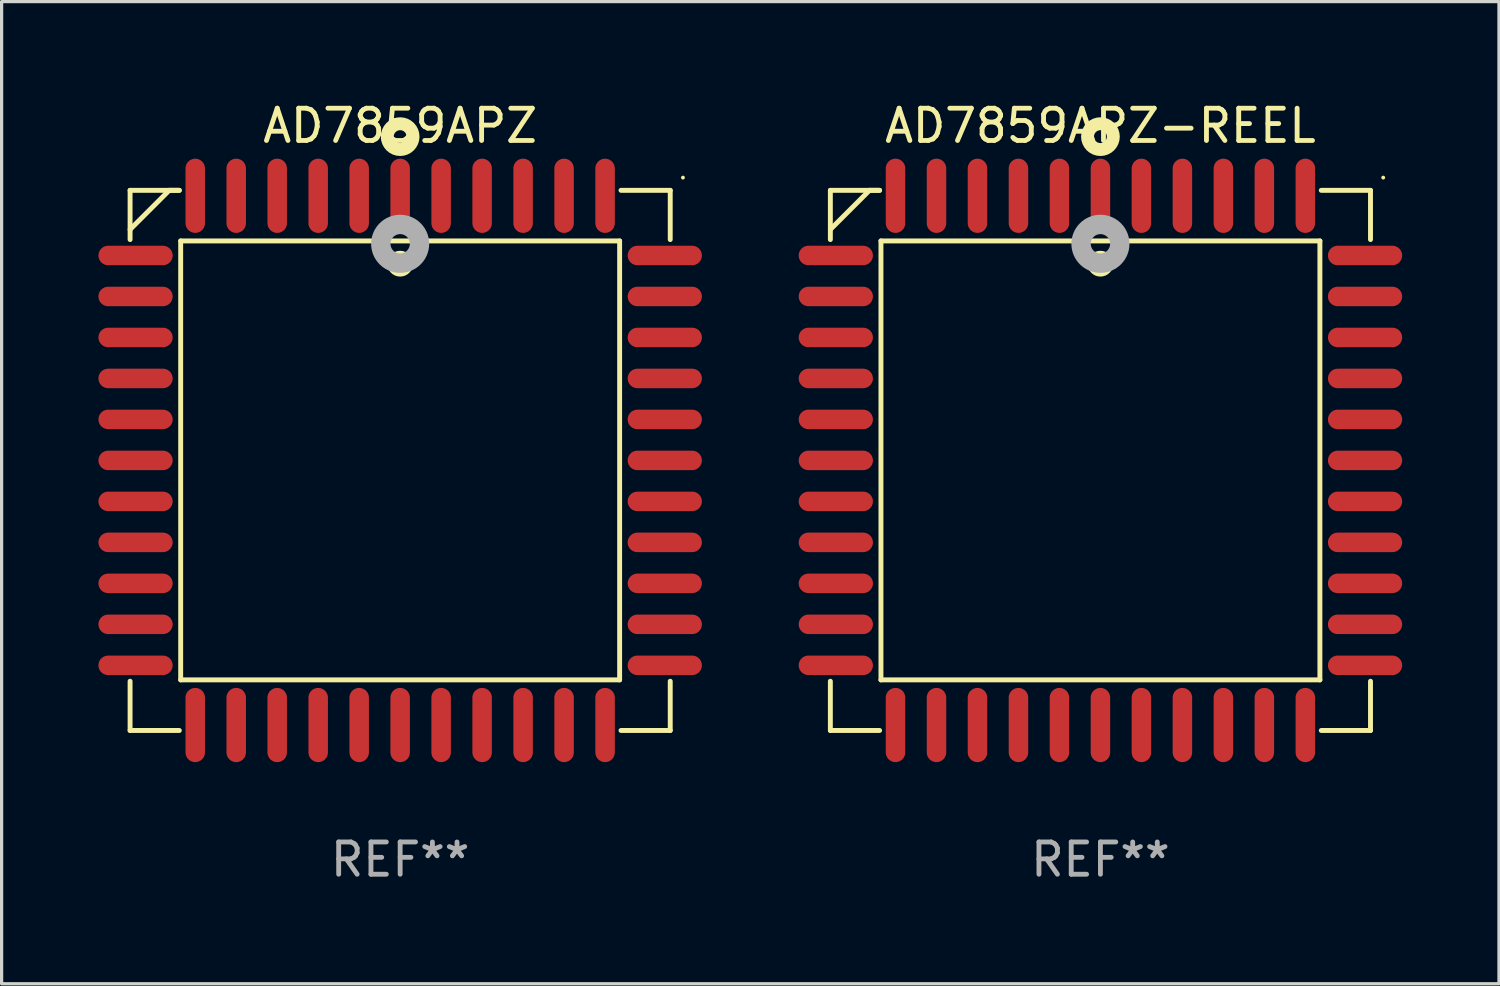
<source format=kicad_pcb>
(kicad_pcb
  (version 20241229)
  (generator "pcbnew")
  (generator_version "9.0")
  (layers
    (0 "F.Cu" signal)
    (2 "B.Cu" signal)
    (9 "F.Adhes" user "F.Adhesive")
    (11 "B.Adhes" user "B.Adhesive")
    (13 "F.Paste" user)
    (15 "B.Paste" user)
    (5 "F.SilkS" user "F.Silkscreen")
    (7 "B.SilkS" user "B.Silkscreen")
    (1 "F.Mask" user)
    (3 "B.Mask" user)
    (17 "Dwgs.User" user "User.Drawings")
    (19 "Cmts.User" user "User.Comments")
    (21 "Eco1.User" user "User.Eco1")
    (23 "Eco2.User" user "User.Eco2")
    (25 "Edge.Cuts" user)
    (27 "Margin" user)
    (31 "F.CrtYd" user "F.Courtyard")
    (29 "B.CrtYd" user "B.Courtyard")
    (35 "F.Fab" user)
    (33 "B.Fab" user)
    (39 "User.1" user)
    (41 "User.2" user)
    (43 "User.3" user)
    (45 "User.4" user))
  (footprint "AD7859APZ-REEL"
    (layer "F.Cu")
    (at 31.05 11.217)
    (property "Reference" "AD7859APZ-REEL" (at 0 -10.369 0) (layer "F.SilkS") (effects (font (size 1 1) (thickness 0.15))))
    (attr through_hole)
    (fp_line (start -8.369 -8.369) (end -8.369 -6.843) (stroke (width 0.152) (type solid)) (layer "F.SilkS"))
    (fp_line (start -8.369 8.369) (end -8.369 6.843) (stroke (width 0.152) (type solid)) (layer "F.SilkS"))
    (fp_line (start -7.156 -8.369) (end -8.369 -7.156) (stroke (width 0.152) (type solid)) (layer "F.SilkS"))
    (fp_line (start -6.843 -8.369) (end -8.369 -8.369) (stroke (width 0.152) (type solid)) (layer "F.SilkS"))
    (fp_line (start -6.843 -8.369) (end -7.156 -8.369) (stroke (width 0.152) (type solid)) (layer "F.SilkS"))
    (fp_line (start -6.843 8.369) (end -8.369 8.369) (stroke (width 0.152) (type solid)) (layer "F.SilkS"))
    (fp_line (start -6.801 -6.801) (end 6.801 -6.801) (stroke (width 0.152) (type solid)) (layer "F.SilkS"))
    (fp_line (start -6.801 6.801) (end -6.801 -6.801) (stroke (width 0.152) (type solid)) (layer "F.SilkS"))
    (fp_line (start 6.801 -6.801) (end 6.801 6.801) (stroke (width 0.152) (type solid)) (layer "F.SilkS"))
    (fp_line (start 6.801 6.801) (end -6.801 6.801) (stroke (width 0.152) (type solid)) (layer "F.SilkS"))
    (fp_line (start 6.843 -8.369) (end 8.369 -8.369) (stroke (width 0.152) (type solid)) (layer "F.SilkS"))
    (fp_line (start 6.843 8.369) (end 8.369 8.369) (stroke (width 0.152) (type solid)) (layer "F.SilkS"))
    (fp_line (start 8.369 -8.369) (end 8.369 -6.843) (stroke (width 0.152) (type solid)) (layer "F.SilkS"))
    (fp_line (start 8.369 8.369) (end 8.369 6.843) (stroke (width 0.152) (type solid)) (layer "F.SilkS"))
    (fp_circle (center -0.000013 -6.096) (end 0.2 -6.096) (stroke (width 0.4) (type solid)) (fill no) (layer "F.SilkS"))
    (fp_circle (center 0.000114 -10.033) (end 0.2 -10.033) (stroke (width 0.4) (type solid)) (fill no) (layer "F.SilkS"))
    (fp_circle (center 8.763 -8.763) (end 8.793 -8.763) (stroke (width 0.06) (type solid)) (fill no) (layer "F.SilkS"))
    (fp_circle (center 0.000114 -6.712) (end 0.3 -6.712) (stroke (width 0.6) (type solid)) (fill no) (layer "F.Fab"))
    (fp_text user "REF**" (at 0 12.369 0) (layer "F.Fab") (effects (font (size 1 1) (thickness 0.15))))
    (pad "1" smd oval (at 0.000114 -8.2) (size 0.604 2.3) (layers "F.Cu" "F.Mask" "F.Paste"))
    (pad "2" smd oval (at -1.27 -8.2) (size 0.604 2.3) (layers "F.Cu" "F.Mask" "F.Paste"))
    (pad "3" smd oval (at -2.54 -8.2) (size 0.604 2.3) (layers "F.Cu" "F.Mask" "F.Paste"))
    (pad "4" smd oval (at -3.81 -8.2) (size 0.604 2.3) (layers "F.Cu" "F.Mask" "F.Paste"))
    (pad "5" smd oval (at -5.08 -8.2) (size 0.604 2.3) (layers "F.Cu" "F.Mask" "F.Paste"))
    (pad "6" smd oval (at -6.35 -8.2) (size 0.604 2.3) (layers "F.Cu" "F.Mask" "F.Paste"))
    (pad "7" smd oval (at -8.2 -6.35) (size 2.3 0.604) (layers "F.Cu" "F.Mask" "F.Paste"))
    (pad "8" smd oval (at -8.2 -5.08) (size 2.3 0.604) (layers "F.Cu" "F.Mask" "F.Paste"))
    (pad "9" smd oval (at -8.2 -3.81) (size 2.3 0.604) (layers "F.Cu" "F.Mask" "F.Paste"))
    (pad "10" smd oval (at -8.2 -2.54) (size 2.3 0.604) (layers "F.Cu" "F.Mask" "F.Paste"))
    (pad "11" smd oval (at -8.2 -1.27) (size 2.3 0.604) (layers "F.Cu" "F.Mask" "F.Paste"))
    (pad "12" smd oval (at -8.2 0.000127) (size 2.3 0.604) (layers "F.Cu" "F.Mask" "F.Paste"))
    (pad "13" smd oval (at -8.2 1.27) (size 2.3 0.604) (layers "F.Cu" "F.Mask" "F.Paste"))
    (pad "14" smd oval (at -8.2 2.54) (size 2.3 0.604) (layers "F.Cu" "F.Mask" "F.Paste"))
    (pad "15" smd oval (at -8.2 3.81) (size 2.3 0.604) (layers "F.Cu" "F.Mask" "F.Paste"))
    (pad "16" smd oval (at -8.2 5.08) (size 2.3 0.604) (layers "F.Cu" "F.Mask" "F.Paste"))
    (pad "17" smd oval (at -8.2 6.35) (size 2.3 0.604) (layers "F.Cu" "F.Mask" "F.Paste"))
    (pad "18" smd oval (at -6.35 8.2) (size 0.604 2.3) (layers "F.Cu" "F.Mask" "F.Paste"))
    (pad "19" smd oval (at -5.08 8.2) (size 0.604 2.3) (layers "F.Cu" "F.Mask" "F.Paste"))
    (pad "20" smd oval (at -3.81 8.2) (size 0.604 2.3) (layers "F.Cu" "F.Mask" "F.Paste"))
    (pad "21" smd oval (at -2.54 8.2) (size 0.604 2.3) (layers "F.Cu" "F.Mask" "F.Paste"))
    (pad "22" smd oval (at -1.27 8.2) (size 0.604 2.3) (layers "F.Cu" "F.Mask" "F.Paste"))
    (pad "23" smd oval (at 0.000114 8.2) (size 0.604 2.3) (layers "F.Cu" "F.Mask" "F.Paste"))
    (pad "24" smd oval (at 1.27 8.2) (size 0.604 2.3) (layers "F.Cu" "F.Mask" "F.Paste"))
    (pad "25" smd oval (at 2.54 8.2) (size 0.604 2.3) (layers "F.Cu" "F.Mask" "F.Paste"))
    (pad "26" smd oval (at 3.81 8.2) (size 0.604 2.3) (layers "F.Cu" "F.Mask" "F.Paste"))
    (pad "27" smd oval (at 5.08 8.2) (size 0.604 2.3) (layers "F.Cu" "F.Mask" "F.Paste"))
    (pad "28" smd oval (at 6.35 8.2) (size 0.604 2.3) (layers "F.Cu" "F.Mask" "F.Paste"))
    (pad "29" smd oval (at 8.2 6.35) (size 2.3 0.604) (layers "F.Cu" "F.Mask" "F.Paste"))
    (pad "30" smd oval (at 8.2 5.08) (size 2.3 0.604) (layers "F.Cu" "F.Mask" "F.Paste"))
    (pad "31" smd oval (at 8.2 3.81) (size 2.3 0.604) (layers "F.Cu" "F.Mask" "F.Paste"))
    (pad "32" smd oval (at 8.2 2.54) (size 2.3 0.604) (layers "F.Cu" "F.Mask" "F.Paste"))
    (pad "33" smd oval (at 8.2 1.27) (size 2.3 0.604) (layers "F.Cu" "F.Mask" "F.Paste"))
    (pad "34" smd oval (at 8.2 0.000127) (size 2.3 0.604) (layers "F.Cu" "F.Mask" "F.Paste"))
    (pad "35" smd oval (at 8.2 -1.27) (size 2.3 0.604) (layers "F.Cu" "F.Mask" "F.Paste"))
    (pad "36" smd oval (at 8.2 -2.54) (size 2.3 0.604) (layers "F.Cu" "F.Mask" "F.Paste"))
    (pad "37" smd oval (at 8.2 -3.81) (size 2.3 0.604) (layers "F.Cu" "F.Mask" "F.Paste"))
    (pad "38" smd oval (at 8.2 -5.08) (size 2.3 0.604) (layers "F.Cu" "F.Mask" "F.Paste"))
    (pad "39" smd oval (at 8.2 -6.35) (size 2.3 0.604) (layers "F.Cu" "F.Mask" "F.Paste"))
    (pad "40" smd oval (at 6.35 -8.2) (size 0.604 2.3) (layers "F.Cu" "F.Mask" "F.Paste"))
    (pad "41" smd oval (at 5.08 -8.2) (size 0.604 2.3) (layers "F.Cu" "F.Mask" "F.Paste"))
    (pad "42" smd oval (at 3.81 -8.2) (size 0.604 2.3) (layers "F.Cu" "F.Mask" "F.Paste"))
    (pad "43" smd oval (at 2.54 -8.2) (size 0.604 2.3) (layers "F.Cu" "F.Mask" "F.Paste"))
    (pad "44" smd oval (at 1.27 -8.2) (size 0.604 2.3) (layers "F.Cu" "F.Mask" "F.Paste")))
  (footprint "AD7859APZ"
    (layer "F.Cu")
    (at 9.35 11.217)
    (property "Reference" "AD7859APZ" (at 0 -10.369 0) (layer "F.SilkS") (effects (font (size 1 1) (thickness 0.15))))
    (attr through_hole)
    (fp_line (start -8.369 -8.369) (end -8.369 -6.843) (stroke (width 0.152) (type solid)) (layer "F.SilkS"))
    (fp_line (start -8.369 8.369) (end -8.369 6.843) (stroke (width 0.152) (type solid)) (layer "F.SilkS"))
    (fp_line (start -7.156 -8.369) (end -8.369 -7.156) (stroke (width 0.152) (type solid)) (layer "F.SilkS"))
    (fp_line (start -6.843 -8.369) (end -8.369 -8.369) (stroke (width 0.152) (type solid)) (layer "F.SilkS"))
    (fp_line (start -6.843 -8.369) (end -7.156 -8.369) (stroke (width 0.152) (type solid)) (layer "F.SilkS"))
    (fp_line (start -6.843 8.369) (end -8.369 8.369) (stroke (width 0.152) (type solid)) (layer "F.SilkS"))
    (fp_line (start -6.801 -6.801) (end 6.801 -6.801) (stroke (width 0.152) (type solid)) (layer "F.SilkS"))
    (fp_line (start -6.801 6.801) (end -6.801 -6.801) (stroke (width 0.152) (type solid)) (layer "F.SilkS"))
    (fp_line (start 6.801 -6.801) (end 6.801 6.801) (stroke (width 0.152) (type solid)) (layer "F.SilkS"))
    (fp_line (start 6.801 6.801) (end -6.801 6.801) (stroke (width 0.152) (type solid)) (layer "F.SilkS"))
    (fp_line (start 6.843 -8.369) (end 8.369 -8.369) (stroke (width 0.152) (type solid)) (layer "F.SilkS"))
    (fp_line (start 6.843 8.369) (end 8.369 8.369) (stroke (width 0.152) (type solid)) (layer "F.SilkS"))
    (fp_line (start 8.369 -8.369) (end 8.369 -6.843) (stroke (width 0.152) (type solid)) (layer "F.SilkS"))
    (fp_line (start 8.369 8.369) (end 8.369 6.843) (stroke (width 0.152) (type solid)) (layer "F.SilkS"))
    (fp_circle (center -0.000013 -6.096) (end 0.2 -6.096) (stroke (width 0.4) (type solid)) (fill no) (layer "F.SilkS"))
    (fp_circle (center 0.000114 -10.033) (end 0.2 -10.033) (stroke (width 0.4) (type solid)) (fill no) (layer "F.SilkS"))
    (fp_circle (center 8.763 -8.763) (end 8.793 -8.763) (stroke (width 0.06) (type solid)) (fill no) (layer "F.SilkS"))
    (fp_circle (center 0.000114 -6.712) (end 0.3 -6.712) (stroke (width 0.6) (type solid)) (fill no) (layer "F.Fab"))
    (fp_text user "REF**" (at 0 12.369 0) (layer "F.Fab") (effects (font (size 1 1) (thickness 0.15))))
    (pad "1" smd oval (at 0.000114 -8.2) (size 0.604 2.3) (layers "F.Cu" "F.Mask" "F.Paste"))
    (pad "2" smd oval (at -1.27 -8.2) (size 0.604 2.3) (layers "F.Cu" "F.Mask" "F.Paste"))
    (pad "3" smd oval (at -2.54 -8.2) (size 0.604 2.3) (layers "F.Cu" "F.Mask" "F.Paste"))
    (pad "4" smd oval (at -3.81 -8.2) (size 0.604 2.3) (layers "F.Cu" "F.Mask" "F.Paste"))
    (pad "5" smd oval (at -5.08 -8.2) (size 0.604 2.3) (layers "F.Cu" "F.Mask" "F.Paste"))
    (pad "6" smd oval (at -6.35 -8.2) (size 0.604 2.3) (layers "F.Cu" "F.Mask" "F.Paste"))
    (pad "7" smd oval (at -8.2 -6.35) (size 2.3 0.604) (layers "F.Cu" "F.Mask" "F.Paste"))
    (pad "8" smd oval (at -8.2 -5.08) (size 2.3 0.604) (layers "F.Cu" "F.Mask" "F.Paste"))
    (pad "9" smd oval (at -8.2 -3.81) (size 2.3 0.604) (layers "F.Cu" "F.Mask" "F.Paste"))
    (pad "10" smd oval (at -8.2 -2.54) (size 2.3 0.604) (layers "F.Cu" "F.Mask" "F.Paste"))
    (pad "11" smd oval (at -8.2 -1.27) (size 2.3 0.604) (layers "F.Cu" "F.Mask" "F.Paste"))
    (pad "12" smd oval (at -8.2 0.000127) (size 2.3 0.604) (layers "F.Cu" "F.Mask" "F.Paste"))
    (pad "13" smd oval (at -8.2 1.27) (size 2.3 0.604) (layers "F.Cu" "F.Mask" "F.Paste"))
    (pad "14" smd oval (at -8.2 2.54) (size 2.3 0.604) (layers "F.Cu" "F.Mask" "F.Paste"))
    (pad "15" smd oval (at -8.2 3.81) (size 2.3 0.604) (layers "F.Cu" "F.Mask" "F.Paste"))
    (pad "16" smd oval (at -8.2 5.08) (size 2.3 0.604) (layers "F.Cu" "F.Mask" "F.Paste"))
    (pad "17" smd oval (at -8.2 6.35) (size 2.3 0.604) (layers "F.Cu" "F.Mask" "F.Paste"))
    (pad "18" smd oval (at -6.35 8.2) (size 0.604 2.3) (layers "F.Cu" "F.Mask" "F.Paste"))
    (pad "19" smd oval (at -5.08 8.2) (size 0.604 2.3) (layers "F.Cu" "F.Mask" "F.Paste"))
    (pad "20" smd oval (at -3.81 8.2) (size 0.604 2.3) (layers "F.Cu" "F.Mask" "F.Paste"))
    (pad "21" smd oval (at -2.54 8.2) (size 0.604 2.3) (layers "F.Cu" "F.Mask" "F.Paste"))
    (pad "22" smd oval (at -1.27 8.2) (size 0.604 2.3) (layers "F.Cu" "F.Mask" "F.Paste"))
    (pad "23" smd oval (at 0.000114 8.2) (size 0.604 2.3) (layers "F.Cu" "F.Mask" "F.Paste"))
    (pad "24" smd oval (at 1.27 8.2) (size 0.604 2.3) (layers "F.Cu" "F.Mask" "F.Paste"))
    (pad "25" smd oval (at 2.54 8.2) (size 0.604 2.3) (layers "F.Cu" "F.Mask" "F.Paste"))
    (pad "26" smd oval (at 3.81 8.2) (size 0.604 2.3) (layers "F.Cu" "F.Mask" "F.Paste"))
    (pad "27" smd oval (at 5.08 8.2) (size 0.604 2.3) (layers "F.Cu" "F.Mask" "F.Paste"))
    (pad "28" smd oval (at 6.35 8.2) (size 0.604 2.3) (layers "F.Cu" "F.Mask" "F.Paste"))
    (pad "29" smd oval (at 8.2 6.35) (size 2.3 0.604) (layers "F.Cu" "F.Mask" "F.Paste"))
    (pad "30" smd oval (at 8.2 5.08) (size 2.3 0.604) (layers "F.Cu" "F.Mask" "F.Paste"))
    (pad "31" smd oval (at 8.2 3.81) (size 2.3 0.604) (layers "F.Cu" "F.Mask" "F.Paste"))
    (pad "32" smd oval (at 8.2 2.54) (size 2.3 0.604) (layers "F.Cu" "F.Mask" "F.Paste"))
    (pad "33" smd oval (at 8.2 1.27) (size 2.3 0.604) (layers "F.Cu" "F.Mask" "F.Paste"))
    (pad "34" smd oval (at 8.2 0.000127) (size 2.3 0.604) (layers "F.Cu" "F.Mask" "F.Paste"))
    (pad "35" smd oval (at 8.2 -1.27) (size 2.3 0.604) (layers "F.Cu" "F.Mask" "F.Paste"))
    (pad "36" smd oval (at 8.2 -2.54) (size 2.3 0.604) (layers "F.Cu" "F.Mask" "F.Paste"))
    (pad "37" smd oval (at 8.2 -3.81) (size 2.3 0.604) (layers "F.Cu" "F.Mask" "F.Paste"))
    (pad "38" smd oval (at 8.2 -5.08) (size 2.3 0.604) (layers "F.Cu" "F.Mask" "F.Paste"))
    (pad "39" smd oval (at 8.2 -6.35) (size 2.3 0.604) (layers "F.Cu" "F.Mask" "F.Paste"))
    (pad "40" smd oval (at 6.35 -8.2) (size 0.604 2.3) (layers "F.Cu" "F.Mask" "F.Paste"))
    (pad "41" smd oval (at 5.08 -8.2) (size 0.604 2.3) (layers "F.Cu" "F.Mask" "F.Paste"))
    (pad "42" smd oval (at 3.81 -8.2) (size 0.604 2.3) (layers "F.Cu" "F.Mask" "F.Paste"))
    (pad "43" smd oval (at 2.54 -8.2) (size 0.604 2.3) (layers "F.Cu" "F.Mask" "F.Paste"))
    (pad "44" smd oval (at 1.27 -8.2) (size 0.604 2.3) (layers "F.Cu" "F.Mask" "F.Paste")))
  (gr_rect
    (start -3 -3)
    (end 43.4 27.435)
    (stroke (width 0.1) (type default))
    (fill no)
    (layer "Edge.Cuts")))
</source>
